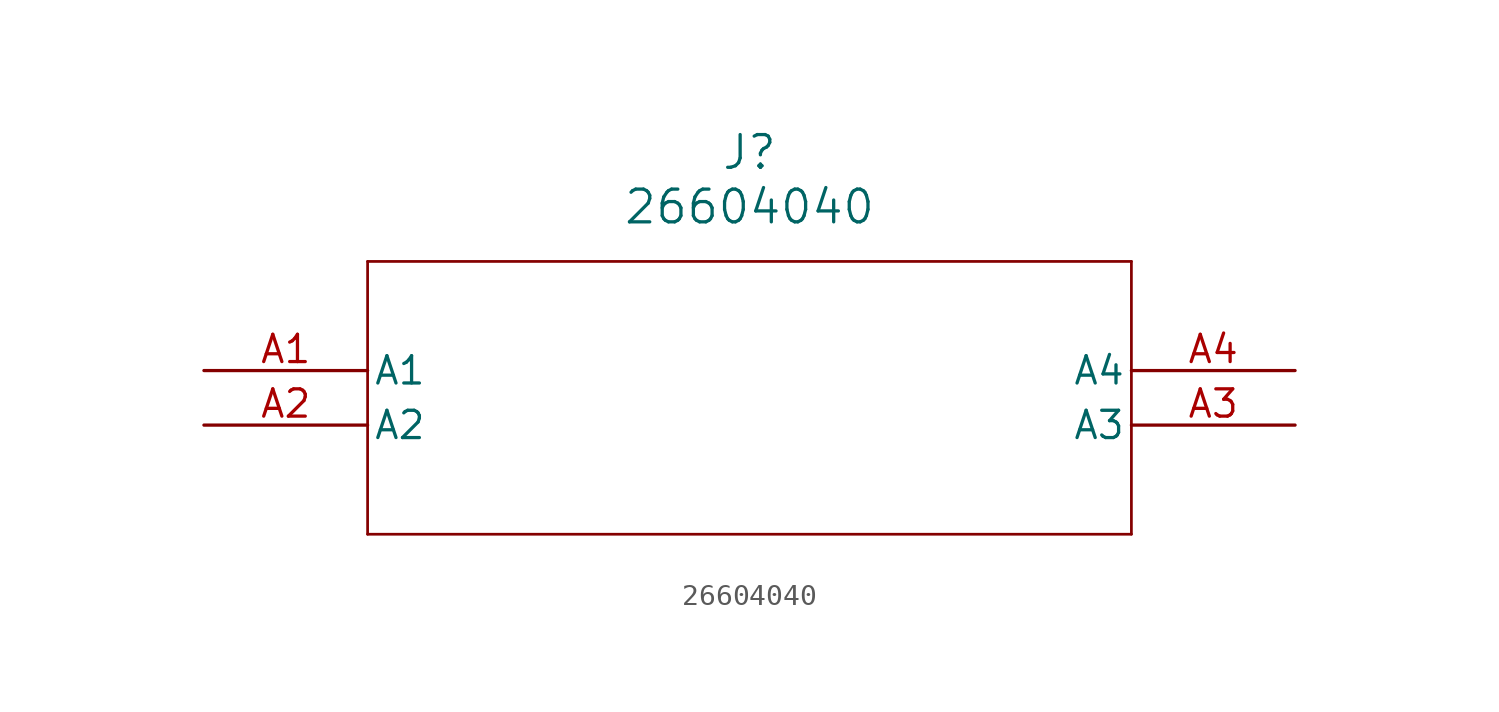
<source format=kicad_sym>
(kicad_symbol_lib
  (version 20211014)
  (generator kicad_symbol_editor)
  (symbol "26604040"
    (pin_names
      (offset 0.254))
    (property "Reference" "J"
      (at 25.4 10.16 0)
      (effects (font (size 1.524 1.524))))
    (property "Value" "26604040"
      (at 25.4 7.62 0)
      (effects (font (size 1.524 1.524))))
    (symbol "26604040_0_1"
      (polyline (pts (xy 7.62 5.08) (xy 7.62 -7.62)) (stroke (width 0.127) (type default) (color 0 0 0 0)) (fill (type none)))
      (polyline (pts (xy 7.62 -7.62) (xy 43.18 -7.62)) (stroke (width 0.127) (type default) (color 0 0 0 0)) (fill (type none)))
      (polyline (pts (xy 43.18 -7.62) (xy 43.18 5.08)) (stroke (width 0.127) (type default) (color 0 0 0 0)) (fill (type none)))
      (polyline (pts (xy 43.18 5.08) (xy 7.62 5.08)) (stroke (width 0.127) (type default) (color 0 0 0 0)) (fill (type none)))
      (pin unspecified line (at 0 0 0) (length 7.62) (name "A1" (effects (font (size 1.27 1.27)))) (number "A1" (effects (font (size 1.27 1.27)))))
      (pin unspecified line (at 0 -2.54 0) (length 7.62) (name "A2" (effects (font (size 1.27 1.27)))) (number "A2" (effects (font (size 1.27 1.27)))))
      (pin unspecified line (at 50.8 -2.54 180) (length 7.62) (name "A3" (effects (font (size 1.27 1.27)))) (number "A3" (effects (font (size 1.27 1.27)))))
      (pin unspecified line (at 50.8 0 180) (length 7.62) (name "A4" (effects (font (size 1.27 1.27)))) (number "A4" (effects (font (size 1.27 1.27))))))))
</source>
